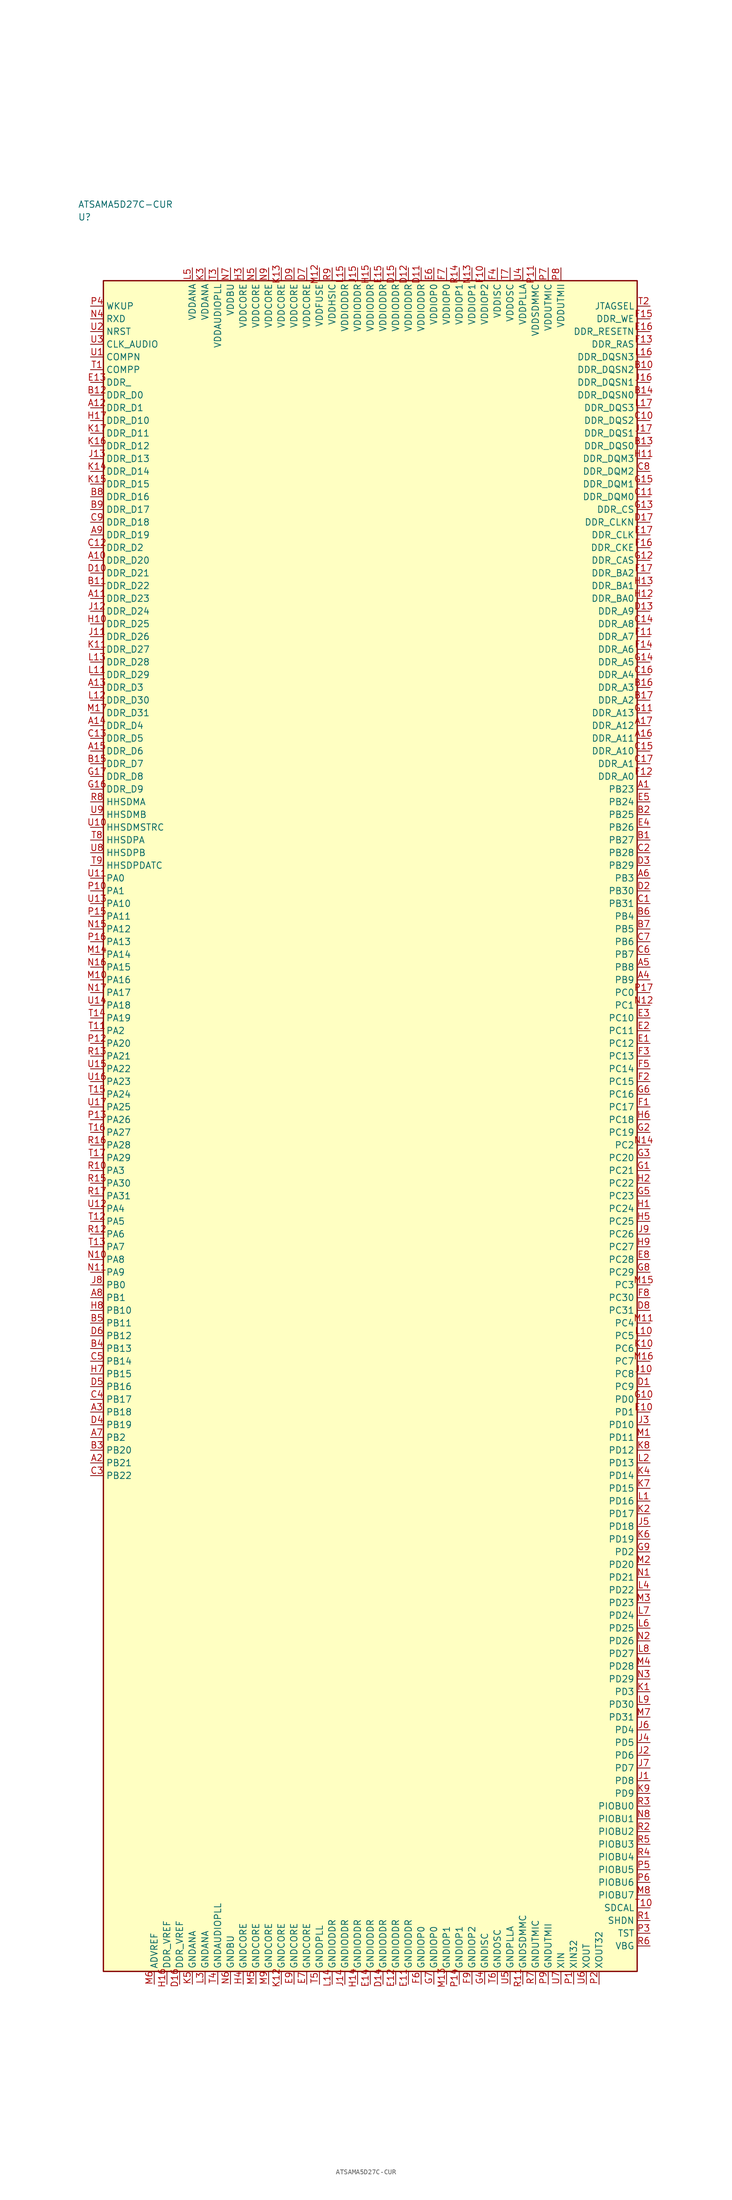
<source format=kicad_sym>
(kicad_symbol_lib
  (version 20241025)
  (generator "kicad_symbol_editor")
  (generator_version "8.0")
  (symbol "ATSAMA5D27C-CUR"
    (property "Reference" "U"
      (at -57.5 178.75 0)
      (effects (font (size 1.27 1.27)) (justify left)))
    (property "Value" "ATSAMA5D27C-CUR"
      (at -57.5 181.25 0)
      (effects (font (size 1.27 1.27)) (justify left)))
    (symbol "ATSAMA5D27C-CUR_0_1"
      (rectangle (start -52.5 166.25) (end 52.5 -166.25) (stroke (width 0.254) (type default)) (fill (type background))))
    (symbol "ATSAMA5D27C-CUR_1_1"
      (pin bidirectional line (at -55.04 48.75 0.0) (length 2.54) (name "PA0" (effects (font (size 1.27 1.27)))) (number "U11" (effects (font (size 1.27 1.27)))))
      (pin bidirectional line (at -55.04 46.25 0.0) (length 2.54) (name "PA1" (effects (font (size 1.27 1.27)))) (number "P10" (effects (font (size 1.27 1.27)))))
      (pin bidirectional line (at -55.04 18.75 0.0) (length 2.54) (name "PA2" (effects (font (size 1.27 1.27)))) (number "T11" (effects (font (size 1.27 1.27)))))
      (pin bidirectional line (at -55.04 -8.75 0.0) (length 2.54) (name "PA3" (effects (font (size 1.27 1.27)))) (number "R10" (effects (font (size 1.27 1.27)))))
      (pin bidirectional line (at -55.04 -16.25 0.0) (length 2.54) (name "PA4" (effects (font (size 1.27 1.27)))) (number "U12" (effects (font (size 1.27 1.27)))))
      (pin bidirectional line (at -55.04 -18.75 0.0) (length 2.54) (name "PA5" (effects (font (size 1.27 1.27)))) (number "T12" (effects (font (size 1.27 1.27)))))
      (pin bidirectional line (at -55.04 -21.25 0.0) (length 2.54) (name "PA6" (effects (font (size 1.27 1.27)))) (number "R12" (effects (font (size 1.27 1.27)))))
      (pin bidirectional line (at -55.04 -23.75 0.0) (length 2.54) (name "PA7" (effects (font (size 1.27 1.27)))) (number "T13" (effects (font (size 1.27 1.27)))))
      (pin bidirectional line (at -55.04 -26.25 0.0) (length 2.54) (name "PA8" (effects (font (size 1.27 1.27)))) (number "N10" (effects (font (size 1.27 1.27)))))
      (pin bidirectional line (at -55.04 -28.75 0.0) (length 2.54) (name "PA9" (effects (font (size 1.27 1.27)))) (number "N11" (effects (font (size 1.27 1.27)))))
      (pin bidirectional line (at -55.04 43.75 0.0) (length 2.54) (name "PA10" (effects (font (size 1.27 1.27)))) (number "U13" (effects (font (size 1.27 1.27)))))
      (pin bidirectional line (at -55.04 41.25 0.0) (length 2.54) (name "PA11" (effects (font (size 1.27 1.27)))) (number "P15" (effects (font (size 1.27 1.27)))))
      (pin bidirectional line (at -55.04 38.75 0.0) (length 2.54) (name "PA12" (effects (font (size 1.27 1.27)))) (number "N15" (effects (font (size 1.27 1.27)))))
      (pin bidirectional line (at -55.04 36.25 0.0) (length 2.54) (name "PA13" (effects (font (size 1.27 1.27)))) (number "P16" (effects (font (size 1.27 1.27)))))
      (pin bidirectional line (at -55.04 33.75 0.0) (length 2.54) (name "PA14" (effects (font (size 1.27 1.27)))) (number "M14" (effects (font (size 1.27 1.27)))))
      (pin bidirectional line (at -55.04 31.25 0.0) (length 2.54) (name "PA15" (effects (font (size 1.27 1.27)))) (number "N16" (effects (font (size 1.27 1.27)))))
      (pin bidirectional line (at -55.04 28.75 0.0) (length 2.54) (name "PA16" (effects (font (size 1.27 1.27)))) (number "M10" (effects (font (size 1.27 1.27)))))
      (pin bidirectional line (at -55.04 26.25 0.0) (length 2.54) (name "PA17" (effects (font (size 1.27 1.27)))) (number "N17" (effects (font (size 1.27 1.27)))))
      (pin bidirectional line (at -55.04 23.75 0.0) (length 2.54) (name "PA18" (effects (font (size 1.27 1.27)))) (number "U14" (effects (font (size 1.27 1.27)))))
      (pin bidirectional line (at -55.04 21.25 0.0) (length 2.54) (name "PA19" (effects (font (size 1.27 1.27)))) (number "T14" (effects (font (size 1.27 1.27)))))
      (pin bidirectional line (at -55.04 16.25 0.0) (length 2.54) (name "PA20" (effects (font (size 1.27 1.27)))) (number "P12" (effects (font (size 1.27 1.27)))))
      (pin bidirectional line (at -55.04 13.75 0.0) (length 2.54) (name "PA21" (effects (font (size 1.27 1.27)))) (number "R13" (effects (font (size 1.27 1.27)))))
      (pin bidirectional line (at -55.04 11.25 0.0) (length 2.54) (name "PA22" (effects (font (size 1.27 1.27)))) (number "U15" (effects (font (size 1.27 1.27)))))
      (pin bidirectional line (at -55.04 8.75 0.0) (length 2.54) (name "PA23" (effects (font (size 1.27 1.27)))) (number "U16" (effects (font (size 1.27 1.27)))))
      (pin bidirectional line (at -55.04 6.25 0.0) (length 2.54) (name "PA24" (effects (font (size 1.27 1.27)))) (number "T15" (effects (font (size 1.27 1.27)))))
      (pin bidirectional line (at -55.04 3.75 0.0) (length 2.54) (name "PA25" (effects (font (size 1.27 1.27)))) (number "U17" (effects (font (size 1.27 1.27)))))
      (pin bidirectional line (at -55.04 1.25 0.0) (length 2.54) (name "PA26" (effects (font (size 1.27 1.27)))) (number "P13" (effects (font (size 1.27 1.27)))))
      (pin bidirectional line (at -55.04 -1.25 0.0) (length 2.54) (name "PA27" (effects (font (size 1.27 1.27)))) (number "T16" (effects (font (size 1.27 1.27)))))
      (pin bidirectional line (at -55.04 -3.75 0.0) (length 2.54) (name "PA28" (effects (font (size 1.27 1.27)))) (number "R16" (effects (font (size 1.27 1.27)))))
      (pin bidirectional line (at -55.04 -6.25 0.0) (length 2.54) (name "PA29" (effects (font (size 1.27 1.27)))) (number "T17" (effects (font (size 1.27 1.27)))))
      (pin bidirectional line (at -55.04 -11.25 0.0) (length 2.54) (name "PA30" (effects (font (size 1.27 1.27)))) (number "R15" (effects (font (size 1.27 1.27)))))
      (pin bidirectional line (at -55.04 -13.75 0.0) (length 2.54) (name "PA31" (effects (font (size 1.27 1.27)))) (number "R17" (effects (font (size 1.27 1.27)))))
      (pin bidirectional line (at -55.04 -31.25 0.0) (length 2.54) (name "PB0" (effects (font (size 1.27 1.27)))) (number "J8" (effects (font (size 1.27 1.27)))))
      (pin bidirectional line (at -55.04 -33.75 0.0) (length 2.54) (name "PB1" (effects (font (size 1.27 1.27)))) (number "A8" (effects (font (size 1.27 1.27)))))
      (pin bidirectional line (at -55.04 -61.25 0.0) (length 2.54) (name "PB2" (effects (font (size 1.27 1.27)))) (number "A7" (effects (font (size 1.27 1.27)))))
      (pin bidirectional line (at 55.04 48.75 180.0) (length 2.54) (name "PB3" (effects (font (size 1.27 1.27)))) (number "A6" (effects (font (size 1.27 1.27)))))
      (pin bidirectional line (at 55.04 41.25 180.0) (length 2.54) (name "PB4" (effects (font (size 1.27 1.27)))) (number "B6" (effects (font (size 1.27 1.27)))))
      (pin bidirectional line (at 55.04 38.75 180.0) (length 2.54) (name "PB5" (effects (font (size 1.27 1.27)))) (number "B7" (effects (font (size 1.27 1.27)))))
      (pin bidirectional line (at 55.04 36.25 180.0) (length 2.54) (name "PB6" (effects (font (size 1.27 1.27)))) (number "C7" (effects (font (size 1.27 1.27)))))
      (pin bidirectional line (at 55.04 33.75 180.0) (length 2.54) (name "PB7" (effects (font (size 1.27 1.27)))) (number "C6" (effects (font (size 1.27 1.27)))))
      (pin bidirectional line (at 55.04 31.25 180.0) (length 2.54) (name "PB8" (effects (font (size 1.27 1.27)))) (number "A5" (effects (font (size 1.27 1.27)))))
      (pin bidirectional line (at 55.04 28.75 180.0) (length 2.54) (name "PB9" (effects (font (size 1.27 1.27)))) (number "A4" (effects (font (size 1.27 1.27)))))
      (pin bidirectional line (at -55.04 -36.25 0.0) (length 2.54) (name "PB10" (effects (font (size 1.27 1.27)))) (number "H8" (effects (font (size 1.27 1.27)))))
      (pin bidirectional line (at -55.04 -38.75 0.0) (length 2.54) (name "PB11" (effects (font (size 1.27 1.27)))) (number "B5" (effects (font (size 1.27 1.27)))))
      (pin bidirectional line (at -55.04 -41.25 0.0) (length 2.54) (name "PB12" (effects (font (size 1.27 1.27)))) (number "D6" (effects (font (size 1.27 1.27)))))
      (pin bidirectional line (at -55.04 -43.75 0.0) (length 2.54) (name "PB13" (effects (font (size 1.27 1.27)))) (number "B4" (effects (font (size 1.27 1.27)))))
      (pin bidirectional line (at -55.04 -46.25 0.0) (length 2.54) (name "PB14" (effects (font (size 1.27 1.27)))) (number "C5" (effects (font (size 1.27 1.27)))))
      (pin bidirectional line (at -55.04 -48.75 0.0) (length 2.54) (name "PB15" (effects (font (size 1.27 1.27)))) (number "H7" (effects (font (size 1.27 1.27)))))
      (pin bidirectional line (at -55.04 -51.25 0.0) (length 2.54) (name "PB16" (effects (font (size 1.27 1.27)))) (number "D5" (effects (font (size 1.27 1.27)))))
      (pin bidirectional line (at -55.04 -53.75 0.0) (length 2.54) (name "PB17" (effects (font (size 1.27 1.27)))) (number "C4" (effects (font (size 1.27 1.27)))))
      (pin bidirectional line (at -55.04 -56.25 0.0) (length 2.54) (name "PB18" (effects (font (size 1.27 1.27)))) (number "A3" (effects (font (size 1.27 1.27)))))
      (pin bidirectional line (at -55.04 -58.75 0.0) (length 2.54) (name "PB19" (effects (font (size 1.27 1.27)))) (number "D4" (effects (font (size 1.27 1.27)))))
      (pin bidirectional line (at -55.04 -63.75 0.0) (length 2.54) (name "PB20" (effects (font (size 1.27 1.27)))) (number "B3" (effects (font (size 1.27 1.27)))))
      (pin bidirectional line (at -55.04 -66.25 0.0) (length 2.54) (name "PB21" (effects (font (size 1.27 1.27)))) (number "A2" (effects (font (size 1.27 1.27)))))
      (pin bidirectional line (at -55.04 -68.75 0.0) (length 2.54) (name "PB22" (effects (font (size 1.27 1.27)))) (number "C3" (effects (font (size 1.27 1.27)))))
      (pin bidirectional line (at 55.04 66.25 180.0) (length 2.54) (name "PB23" (effects (font (size 1.27 1.27)))) (number "A1" (effects (font (size 1.27 1.27)))))
      (pin bidirectional line (at 55.04 63.75 180.0) (length 2.54) (name "PB24" (effects (font (size 1.27 1.27)))) (number "E5" (effects (font (size 1.27 1.27)))))
      (pin bidirectional line (at 55.04 61.25 180.0) (length 2.54) (name "PB25" (effects (font (size 1.27 1.27)))) (number "B2" (effects (font (size 1.27 1.27)))))
      (pin bidirectional line (at 55.04 58.75 180.0) (length 2.54) (name "PB26" (effects (font (size 1.27 1.27)))) (number "E4" (effects (font (size 1.27 1.27)))))
      (pin bidirectional line (at 55.04 56.25 180.0) (length 2.54) (name "PB27" (effects (font (size 1.27 1.27)))) (number "B1" (effects (font (size 1.27 1.27)))))
      (pin bidirectional line (at 55.04 53.75 180.0) (length 2.54) (name "PB28" (effects (font (size 1.27 1.27)))) (number "C2" (effects (font (size 1.27 1.27)))))
      (pin bidirectional line (at 55.04 51.25 180.0) (length 2.54) (name "PB29" (effects (font (size 1.27 1.27)))) (number "D3" (effects (font (size 1.27 1.27)))))
      (pin bidirectional line (at 55.04 46.25 180.0) (length 2.54) (name "PB30" (effects (font (size 1.27 1.27)))) (number "D2" (effects (font (size 1.27 1.27)))))
      (pin bidirectional line (at 55.04 43.75 180.0) (length 2.54) (name "PB31" (effects (font (size 1.27 1.27)))) (number "C1" (effects (font (size 1.27 1.27)))))
      (pin bidirectional line (at 55.04 26.25 180.0) (length 2.54) (name "PC0" (effects (font (size 1.27 1.27)))) (number "P17" (effects (font (size 1.27 1.27)))))
      (pin bidirectional line (at 55.04 23.75 180.0) (length 2.54) (name "PC1" (effects (font (size 1.27 1.27)))) (number "N12" (effects (font (size 1.27 1.27)))))
      (pin bidirectional line (at 55.04 -3.75 180.0) (length 2.54) (name "PC2" (effects (font (size 1.27 1.27)))) (number "N14" (effects (font (size 1.27 1.27)))))
      (pin bidirectional line (at 55.04 -31.25 180.0) (length 2.54) (name "PC3" (effects (font (size 1.27 1.27)))) (number "M15" (effects (font (size 1.27 1.27)))))
      (pin bidirectional line (at 55.04 -38.75 180.0) (length 2.54) (name "PC4" (effects (font (size 1.27 1.27)))) (number "M11" (effects (font (size 1.27 1.27)))))
      (pin bidirectional line (at 55.04 -41.25 180.0) (length 2.54) (name "PC5" (effects (font (size 1.27 1.27)))) (number "L10" (effects (font (size 1.27 1.27)))))
      (pin bidirectional line (at 55.04 -43.75 180.0) (length 2.54) (name "PC6" (effects (font (size 1.27 1.27)))) (number "K10" (effects (font (size 1.27 1.27)))))
      (pin bidirectional line (at 55.04 -46.25 180.0) (length 2.54) (name "PC7" (effects (font (size 1.27 1.27)))) (number "M16" (effects (font (size 1.27 1.27)))))
      (pin bidirectional line (at 55.04 -48.75 180.0) (length 2.54) (name "PC8" (effects (font (size 1.27 1.27)))) (number "J10" (effects (font (size 1.27 1.27)))))
      (pin bidirectional line (at 55.04 -51.25 180.0) (length 2.54) (name "PC9" (effects (font (size 1.27 1.27)))) (number "D1" (effects (font (size 1.27 1.27)))))
      (pin bidirectional line (at 55.04 21.25 180.0) (length 2.54) (name "PC10" (effects (font (size 1.27 1.27)))) (number "E3" (effects (font (size 1.27 1.27)))))
      (pin bidirectional line (at 55.04 18.75 180.0) (length 2.54) (name "PC11" (effects (font (size 1.27 1.27)))) (number "E2" (effects (font (size 1.27 1.27)))))
      (pin bidirectional line (at 55.04 16.25 180.0) (length 2.54) (name "PC12" (effects (font (size 1.27 1.27)))) (number "E1" (effects (font (size 1.27 1.27)))))
      (pin bidirectional line (at 55.04 13.75 180.0) (length 2.54) (name "PC13" (effects (font (size 1.27 1.27)))) (number "F3" (effects (font (size 1.27 1.27)))))
      (pin bidirectional line (at 55.04 11.25 180.0) (length 2.54) (name "PC14" (effects (font (size 1.27 1.27)))) (number "F5" (effects (font (size 1.27 1.27)))))
      (pin bidirectional line (at 55.04 8.75 180.0) (length 2.54) (name "PC15" (effects (font (size 1.27 1.27)))) (number "F2" (effects (font (size 1.27 1.27)))))
      (pin bidirectional line (at 55.04 6.25 180.0) (length 2.54) (name "PC16" (effects (font (size 1.27 1.27)))) (number "G6" (effects (font (size 1.27 1.27)))))
      (pin bidirectional line (at 55.04 3.75 180.0) (length 2.54) (name "PC17" (effects (font (size 1.27 1.27)))) (number "F1" (effects (font (size 1.27 1.27)))))
      (pin bidirectional line (at 55.04 1.25 180.0) (length 2.54) (name "PC18" (effects (font (size 1.27 1.27)))) (number "H6" (effects (font (size 1.27 1.27)))))
      (pin bidirectional line (at 55.04 -1.25 180.0) (length 2.54) (name "PC19" (effects (font (size 1.27 1.27)))) (number "G2" (effects (font (size 1.27 1.27)))))
      (pin bidirectional line (at 55.04 -6.25 180.0) (length 2.54) (name "PC20" (effects (font (size 1.27 1.27)))) (number "G3" (effects (font (size 1.27 1.27)))))
      (pin bidirectional line (at 55.04 -8.75 180.0) (length 2.54) (name "PC21" (effects (font (size 1.27 1.27)))) (number "G1" (effects (font (size 1.27 1.27)))))
      (pin bidirectional line (at 55.04 -11.25 180.0) (length 2.54) (name "PC22" (effects (font (size 1.27 1.27)))) (number "H2" (effects (font (size 1.27 1.27)))))
      (pin bidirectional line (at 55.04 -13.75 180.0) (length 2.54) (name "PC23" (effects (font (size 1.27 1.27)))) (number "G5" (effects (font (size 1.27 1.27)))))
      (pin bidirectional line (at 55.04 -16.25 180.0) (length 2.54) (name "PC24" (effects (font (size 1.27 1.27)))) (number "H1" (effects (font (size 1.27 1.27)))))
      (pin bidirectional line (at 55.04 -18.75 180.0) (length 2.54) (name "PC25" (effects (font (size 1.27 1.27)))) (number "H5" (effects (font (size 1.27 1.27)))))
      (pin bidirectional line (at 55.04 -21.25 180.0) (length 2.54) (name "PC26" (effects (font (size 1.27 1.27)))) (number "J9" (effects (font (size 1.27 1.27)))))
      (pin bidirectional line (at 55.04 -23.75 180.0) (length 2.54) (name "PC27" (effects (font (size 1.27 1.27)))) (number "H9" (effects (font (size 1.27 1.27)))))
      (pin bidirectional line (at 55.04 -26.25 180.0) (length 2.54) (name "PC28" (effects (font (size 1.27 1.27)))) (number "E8" (effects (font (size 1.27 1.27)))))
      (pin bidirectional line (at 55.04 -28.75 180.0) (length 2.54) (name "PC29" (effects (font (size 1.27 1.27)))) (number "G8" (effects (font (size 1.27 1.27)))))
      (pin bidirectional line (at 55.04 -33.75 180.0) (length 2.54) (name "PC30" (effects (font (size 1.27 1.27)))) (number "F8" (effects (font (size 1.27 1.27)))))
      (pin bidirectional line (at 55.04 -36.25 180.0) (length 2.54) (name "PC31" (effects (font (size 1.27 1.27)))) (number "D8" (effects (font (size 1.27 1.27)))))
      (pin bidirectional line (at 55.04 -53.75 180.0) (length 2.54) (name "PD0" (effects (font (size 1.27 1.27)))) (number "G10" (effects (font (size 1.27 1.27)))))
      (pin bidirectional line (at 55.04 -56.25 180.0) (length 2.54) (name "PD1" (effects (font (size 1.27 1.27)))) (number "E10" (effects (font (size 1.27 1.27)))))
      (pin bidirectional line (at 55.04 -83.75 180.0) (length 2.54) (name "PD2" (effects (font (size 1.27 1.27)))) (number "G9" (effects (font (size 1.27 1.27)))))
      (pin bidirectional line (at 55.04 -111.25 180.0) (length 2.54) (name "PD3" (effects (font (size 1.27 1.27)))) (number "K1" (effects (font (size 1.27 1.27)))))
      (pin bidirectional line (at 55.04 -118.75 180.0) (length 2.54) (name "PD4" (effects (font (size 1.27 1.27)))) (number "J6" (effects (font (size 1.27 1.27)))))
      (pin bidirectional line (at 55.04 -121.25 180.0) (length 2.54) (name "PD5" (effects (font (size 1.27 1.27)))) (number "J4" (effects (font (size 1.27 1.27)))))
      (pin bidirectional line (at 55.04 -123.75 180.0) (length 2.54) (name "PD6" (effects (font (size 1.27 1.27)))) (number "J2" (effects (font (size 1.27 1.27)))))
      (pin bidirectional line (at 55.04 -126.25 180.0) (length 2.54) (name "PD7" (effects (font (size 1.27 1.27)))) (number "J7" (effects (font (size 1.27 1.27)))))
      (pin bidirectional line (at 55.04 -128.75 180.0) (length 2.54) (name "PD8" (effects (font (size 1.27 1.27)))) (number "J1" (effects (font (size 1.27 1.27)))))
      (pin bidirectional line (at 55.04 -131.25 180.0) (length 2.54) (name "PD9" (effects (font (size 1.27 1.27)))) (number "K9" (effects (font (size 1.27 1.27)))))
      (pin bidirectional line (at 55.04 -58.75 180.0) (length 2.54) (name "PD10" (effects (font (size 1.27 1.27)))) (number "J3" (effects (font (size 1.27 1.27)))))
      (pin bidirectional line (at 55.04 -61.25 180.0) (length 2.54) (name "PD11" (effects (font (size 1.27 1.27)))) (number "M1" (effects (font (size 1.27 1.27)))))
      (pin bidirectional line (at 55.04 -63.75 180.0) (length 2.54) (name "PD12" (effects (font (size 1.27 1.27)))) (number "K8" (effects (font (size 1.27 1.27)))))
      (pin bidirectional line (at 55.04 -66.25 180.0) (length 2.54) (name "PD13" (effects (font (size 1.27 1.27)))) (number "L2" (effects (font (size 1.27 1.27)))))
      (pin bidirectional line (at 55.04 -68.75 180.0) (length 2.54) (name "PD14" (effects (font (size 1.27 1.27)))) (number "K4" (effects (font (size 1.27 1.27)))))
      (pin bidirectional line (at 55.04 -71.25 180.0) (length 2.54) (name "PD15" (effects (font (size 1.27 1.27)))) (number "K7" (effects (font (size 1.27 1.27)))))
      (pin bidirectional line (at 55.04 -73.75 180.0) (length 2.54) (name "PD16" (effects (font (size 1.27 1.27)))) (number "L1" (effects (font (size 1.27 1.27)))))
      (pin bidirectional line (at 55.04 -76.25 180.0) (length 2.54) (name "PD17" (effects (font (size 1.27 1.27)))) (number "K2" (effects (font (size 1.27 1.27)))))
      (pin bidirectional line (at 55.04 -78.75 180.0) (length 2.54) (name "PD18" (effects (font (size 1.27 1.27)))) (number "J5" (effects (font (size 1.27 1.27)))))
      (pin bidirectional line (at 55.04 -81.25 180.0) (length 2.54) (name "PD19" (effects (font (size 1.27 1.27)))) (number "K6" (effects (font (size 1.27 1.27)))))
      (pin bidirectional line (at 55.04 -86.25 180.0) (length 2.54) (name "PD20" (effects (font (size 1.27 1.27)))) (number "M2" (effects (font (size 1.27 1.27)))))
      (pin bidirectional line (at 55.04 -88.75 180.0) (length 2.54) (name "PD21" (effects (font (size 1.27 1.27)))) (number "N1" (effects (font (size 1.27 1.27)))))
      (pin bidirectional line (at 55.04 -91.25 180.0) (length 2.54) (name "PD22" (effects (font (size 1.27 1.27)))) (number "L4" (effects (font (size 1.27 1.27)))))
      (pin bidirectional line (at 55.04 -93.75 180.0) (length 2.54) (name "PD23" (effects (font (size 1.27 1.27)))) (number "M3" (effects (font (size 1.27 1.27)))))
      (pin bidirectional line (at 55.04 -96.25 180.0) (length 2.54) (name "PD24" (effects (font (size 1.27 1.27)))) (number "L7" (effects (font (size 1.27 1.27)))))
      (pin bidirectional line (at 55.04 -98.75 180.0) (length 2.54) (name "PD25" (effects (font (size 1.27 1.27)))) (number "L6" (effects (font (size 1.27 1.27)))))
      (pin bidirectional line (at 55.04 -101.25 180.0) (length 2.54) (name "PD26" (effects (font (size 1.27 1.27)))) (number "N2" (effects (font (size 1.27 1.27)))))
      (pin bidirectional line (at 55.04 -103.75 180.0) (length 2.54) (name "PD27" (effects (font (size 1.27 1.27)))) (number "L8" (effects (font (size 1.27 1.27)))))
      (pin bidirectional line (at 55.04 -106.25 180.0) (length 2.54) (name "PD28" (effects (font (size 1.27 1.27)))) (number "M4" (effects (font (size 1.27 1.27)))))
      (pin bidirectional line (at 55.04 -108.75 180.0) (length 2.54) (name "PD29" (effects (font (size 1.27 1.27)))) (number "N3" (effects (font (size 1.27 1.27)))))
      (pin bidirectional line (at 55.04 -113.75 180.0) (length 2.54) (name "PD30" (effects (font (size 1.27 1.27)))) (number "L9" (effects (font (size 1.27 1.27)))))
      (pin bidirectional line (at 55.04 -116.25 180.0) (length 2.54) (name "PD31" (effects (font (size 1.27 1.27)))) (number "M7" (effects (font (size 1.27 1.27)))))
      (pin power_in line (at -35.0 168.79 270.0) (length 2.54) (name "VDDANA" (effects (font (size 1.27 1.27)))) (number "L5" (effects (font (size 1.27 1.27)))))
      (pin passive line (at -35.0 -168.79 90.0) (length 2.54) (name "GNDANA" (effects (font (size 1.27 1.27)))) (number "K5" (effects (font (size 1.27 1.27)))))
      (pin passive line (at -42.5 -168.79 90.0) (length 2.54) (name "ADVREF" (effects (font (size 1.27 1.27)))) (number "M6" (effects (font (size 1.27 1.27)))))
      (pin power_in line (at -32.5 168.79 270.0) (length 2.54) (name "VDDANA" (effects (font (size 1.27 1.27)))) (number "K3" (effects (font (size 1.27 1.27)))))
      (pin passive line (at -32.5 -168.79 90.0) (length 2.54) (name "GNDANA" (effects (font (size 1.27 1.27)))) (number "L3" (effects (font (size 1.27 1.27)))))
      (pin passive line (at -40.0 -168.79 90.0) (length 2.54) (name "DDR_VREF" (effects (font (size 1.27 1.27)))) (number "H16" (effects (font (size 1.27 1.27)))))
      (pin passive line (at -37.5 -168.79 90.0) (length 2.54) (name "DDR_VREF" (effects (font (size 1.27 1.27)))) (number "D16" (effects (font (size 1.27 1.27)))))
      (pin bidirectional line (at -55.04 143.75 0.0) (length 2.54) (name "DDR_D0" (effects (font (size 1.27 1.27)))) (number "B12" (effects (font (size 1.27 1.27)))))
      (pin bidirectional line (at -55.04 141.25 0.0) (length 2.54) (name "DDR_D1" (effects (font (size 1.27 1.27)))) (number "A12" (effects (font (size 1.27 1.27)))))
      (pin bidirectional line (at -55.04 113.75 0.0) (length 2.54) (name "DDR_D2" (effects (font (size 1.27 1.27)))) (number "C12" (effects (font (size 1.27 1.27)))))
      (pin bidirectional line (at -55.04 86.25 0.0) (length 2.54) (name "DDR_D3" (effects (font (size 1.27 1.27)))) (number "A13" (effects (font (size 1.27 1.27)))))
      (pin bidirectional line (at -55.04 78.75 0.0) (length 2.54) (name "DDR_D4" (effects (font (size 1.27 1.27)))) (number "A14" (effects (font (size 1.27 1.27)))))
      (pin bidirectional line (at -55.04 76.25 0.0) (length 2.54) (name "DDR_D5" (effects (font (size 1.27 1.27)))) (number "C13" (effects (font (size 1.27 1.27)))))
      (pin bidirectional line (at -55.04 73.75 0.0) (length 2.54) (name "DDR_D6" (effects (font (size 1.27 1.27)))) (number "A15" (effects (font (size 1.27 1.27)))))
      (pin bidirectional line (at -55.04 71.25 0.0) (length 2.54) (name "DDR_D7" (effects (font (size 1.27 1.27)))) (number "B15" (effects (font (size 1.27 1.27)))))
      (pin bidirectional line (at -55.04 68.75 0.0) (length 2.54) (name "DDR_D8" (effects (font (size 1.27 1.27)))) (number "G17" (effects (font (size 1.27 1.27)))))
      (pin bidirectional line (at -55.04 66.25 0.0) (length 2.54) (name "DDR_D9" (effects (font (size 1.27 1.27)))) (number "G16" (effects (font (size 1.27 1.27)))))
      (pin bidirectional line (at -55.04 138.75 0.0) (length 2.54) (name "DDR_D10" (effects (font (size 1.27 1.27)))) (number "H17" (effects (font (size 1.27 1.27)))))
      (pin bidirectional line (at -55.04 136.25 0.0) (length 2.54) (name "DDR_D11" (effects (font (size 1.27 1.27)))) (number "K17" (effects (font (size 1.27 1.27)))))
      (pin bidirectional line (at -55.04 133.75 0.0) (length 2.54) (name "DDR_D12" (effects (font (size 1.27 1.27)))) (number "K16" (effects (font (size 1.27 1.27)))))
      (pin bidirectional line (at -55.04 131.25 0.0) (length 2.54) (name "DDR_D13" (effects (font (size 1.27 1.27)))) (number "J13" (effects (font (size 1.27 1.27)))))
      (pin bidirectional line (at -55.04 128.75 0.0) (length 2.54) (name "DDR_D14" (effects (font (size 1.27 1.27)))) (number "K14" (effects (font (size 1.27 1.27)))))
      (pin bidirectional line (at -55.04 126.25 0.0) (length 2.54) (name "DDR_D15" (effects (font (size 1.27 1.27)))) (number "K15" (effects (font (size 1.27 1.27)))))
      (pin bidirectional line (at -55.04 123.75 0.0) (length 2.54) (name "DDR_D16" (effects (font (size 1.27 1.27)))) (number "B8" (effects (font (size 1.27 1.27)))))
      (pin bidirectional line (at -55.04 121.25 0.0) (length 2.54) (name "DDR_D17" (effects (font (size 1.27 1.27)))) (number "B9" (effects (font (size 1.27 1.27)))))
      (pin bidirectional line (at -55.04 118.75 0.0) (length 2.54) (name "DDR_D18" (effects (font (size 1.27 1.27)))) (number "C9" (effects (font (size 1.27 1.27)))))
      (pin bidirectional line (at -55.04 116.25 0.0) (length 2.54) (name "DDR_D19" (effects (font (size 1.27 1.27)))) (number "A9" (effects (font (size 1.27 1.27)))))
      (pin bidirectional line (at -55.04 111.25 0.0) (length 2.54) (name "DDR_D20" (effects (font (size 1.27 1.27)))) (number "A10" (effects (font (size 1.27 1.27)))))
      (pin bidirectional line (at -55.04 108.75 0.0) (length 2.54) (name "DDR_D21" (effects (font (size 1.27 1.27)))) (number "D10" (effects (font (size 1.27 1.27)))))
      (pin bidirectional line (at -55.04 106.25 0.0) (length 2.54) (name "DDR_D22" (effects (font (size 1.27 1.27)))) (number "B11" (effects (font (size 1.27 1.27)))))
      (pin bidirectional line (at -55.04 103.75 0.0) (length 2.54) (name "DDR_D23" (effects (font (size 1.27 1.27)))) (number "A11" (effects (font (size 1.27 1.27)))))
      (pin bidirectional line (at -55.04 101.25 0.0) (length 2.54) (name "DDR_D24" (effects (font (size 1.27 1.27)))) (number "J12" (effects (font (size 1.27 1.27)))))
      (pin bidirectional line (at -55.04 98.75 0.0) (length 2.54) (name "DDR_D25" (effects (font (size 1.27 1.27)))) (number "H10" (effects (font (size 1.27 1.27)))))
      (pin bidirectional line (at -55.04 96.25 0.0) (length 2.54) (name "DDR_D26" (effects (font (size 1.27 1.27)))) (number "J11" (effects (font (size 1.27 1.27)))))
      (pin bidirectional line (at -55.04 93.75 0.0) (length 2.54) (name "DDR_D27" (effects (font (size 1.27 1.27)))) (number "K11" (effects (font (size 1.27 1.27)))))
      (pin bidirectional line (at -55.04 91.25 0.0) (length 2.54) (name "DDR_D28" (effects (font (size 1.27 1.27)))) (number "L13" (effects (font (size 1.27 1.27)))))
      (pin bidirectional line (at -55.04 88.75 0.0) (length 2.54) (name "DDR_D29" (effects (font (size 1.27 1.27)))) (number "L11" (effects (font (size 1.27 1.27)))))
      (pin bidirectional line (at -55.04 83.75 0.0) (length 2.54) (name "DDR_D30" (effects (font (size 1.27 1.27)))) (number "L12" (effects (font (size 1.27 1.27)))))
      (pin bidirectional line (at -55.04 81.25 0.0) (length 2.54) (name "DDR_D31" (effects (font (size 1.27 1.27)))) (number "M17" (effects (font (size 1.27 1.27)))))
      (pin output line (at 55.04 68.75 180.0) (length 2.54) (name "DDR_A0" (effects (font (size 1.27 1.27)))) (number "F12" (effects (font (size 1.27 1.27)))))
      (pin output line (at 55.04 71.25 180.0) (length 2.54) (name "DDR_A1" (effects (font (size 1.27 1.27)))) (number "C17" (effects (font (size 1.27 1.27)))))
      (pin output line (at 55.04 83.75 180.0) (length 2.54) (name "DDR_A2" (effects (font (size 1.27 1.27)))) (number "B17" (effects (font (size 1.27 1.27)))))
      (pin output line (at 55.04 86.25 180.0) (length 2.54) (name "DDR_A3" (effects (font (size 1.27 1.27)))) (number "B16" (effects (font (size 1.27 1.27)))))
      (pin output line (at 55.04 88.75 180.0) (length 2.54) (name "DDR_A4" (effects (font (size 1.27 1.27)))) (number "C16" (effects (font (size 1.27 1.27)))))
      (pin output line (at 55.04 91.25 180.0) (length 2.54) (name "DDR_A5" (effects (font (size 1.27 1.27)))) (number "G14" (effects (font (size 1.27 1.27)))))
      (pin output line (at 55.04 93.75 180.0) (length 2.54) (name "DDR_A6" (effects (font (size 1.27 1.27)))) (number "F14" (effects (font (size 1.27 1.27)))))
      (pin output line (at 55.04 96.25 180.0) (length 2.54) (name "DDR_A7" (effects (font (size 1.27 1.27)))) (number "F11" (effects (font (size 1.27 1.27)))))
      (pin output line (at 55.04 98.75 180.0) (length 2.54) (name "DDR_A8" (effects (font (size 1.27 1.27)))) (number "C14" (effects (font (size 1.27 1.27)))))
      (pin output line (at 55.04 101.25 180.0) (length 2.54) (name "DDR_A9" (effects (font (size 1.27 1.27)))) (number "D13" (effects (font (size 1.27 1.27)))))
      (pin output line (at 55.04 73.75 180.0) (length 2.54) (name "DDR_A10" (effects (font (size 1.27 1.27)))) (number "C15" (effects (font (size 1.27 1.27)))))
      (pin output line (at 55.04 76.25 180.0) (length 2.54) (name "DDR_A11" (effects (font (size 1.27 1.27)))) (number "A16" (effects (font (size 1.27 1.27)))))
      (pin output line (at 55.04 78.75 180.0) (length 2.54) (name "DDR_A12" (effects (font (size 1.27 1.27)))) (number "A17" (effects (font (size 1.27 1.27)))))
      (pin output line (at 55.04 81.25 180.0) (length 2.54) (name "DDR_A13" (effects (font (size 1.27 1.27)))) (number "G11" (effects (font (size 1.27 1.27)))))
      (pin output line (at 55.04 116.25 180.0) (length 2.54) (name "DDR_CLK" (effects (font (size 1.27 1.27)))) (number "E17" (effects (font (size 1.27 1.27)))))
      (pin output line (at 55.04 118.75 180.0) (length 2.54) (name "DDR_CLKN" (effects (font (size 1.27 1.27)))) (number "D17" (effects (font (size 1.27 1.27)))))
      (pin output line (at 55.04 113.75 180.0) (length 2.54) (name "DDR_CKE" (effects (font (size 1.27 1.27)))) (number "F16" (effects (font (size 1.27 1.27)))))
      (pin output line (at 55.04 156.25 180.0) (length 2.54) (name "DDR_RESETN" (effects (font (size 1.27 1.27)))) (number "E16" (effects (font (size 1.27 1.27)))))
      (pin output line (at 55.04 121.25 180.0) (length 2.54) (name "DDR_CS" (effects (font (size 1.27 1.27)))) (number "G13" (effects (font (size 1.27 1.27)))))
      (pin output line (at 55.04 158.75 180.0) (length 2.54) (name "DDR_WE" (effects (font (size 1.27 1.27)))) (number "F15" (effects (font (size 1.27 1.27)))))
      (pin output line (at 55.04 153.75 180.0) (length 2.54) (name "DDR_RAS" (effects (font (size 1.27 1.27)))) (number "F13" (effects (font (size 1.27 1.27)))))
      (pin output line (at 55.04 111.25 180.0) (length 2.54) (name "DDR_CAS" (effects (font (size 1.27 1.27)))) (number "G12" (effects (font (size 1.27 1.27)))))
      (pin output line (at 55.04 123.75 180.0) (length 2.54) (name "DDR_DQM0" (effects (font (size 1.27 1.27)))) (number "C11" (effects (font (size 1.27 1.27)))))
      (pin output line (at 55.04 126.25 180.0) (length 2.54) (name "DDR_DQM1" (effects (font (size 1.27 1.27)))) (number "G15" (effects (font (size 1.27 1.27)))))
      (pin output line (at 55.04 128.75 180.0) (length 2.54) (name "DDR_DQM2" (effects (font (size 1.27 1.27)))) (number "C8" (effects (font (size 1.27 1.27)))))
      (pin output line (at 55.04 131.25 180.0) (length 2.54) (name "DDR_DQM3" (effects (font (size 1.27 1.27)))) (number "H11" (effects (font (size 1.27 1.27)))))
      (pin output line (at 55.04 133.75 180.0) (length 2.54) (name "DDR_DQS0" (effects (font (size 1.27 1.27)))) (number "B13" (effects (font (size 1.27 1.27)))))
      (pin output line (at 55.04 136.25 180.0) (length 2.54) (name "DDR_DQS1" (effects (font (size 1.27 1.27)))) (number "J17" (effects (font (size 1.27 1.27)))))
      (pin output line (at 55.04 138.75 180.0) (length 2.54) (name "DDR_DQS2" (effects (font (size 1.27 1.27)))) (number "C10" (effects (font (size 1.27 1.27)))))
      (pin output line (at 55.04 141.25 180.0) (length 2.54) (name "DDR_DQS3" (effects (font (size 1.27 1.27)))) (number "L17" (effects (font (size 1.27 1.27)))))
      (pin output line (at 55.04 143.75 180.0) (length 2.54) (name "DDR_DQSN0" (effects (font (size 1.27 1.27)))) (number "B14" (effects (font (size 1.27 1.27)))))
      (pin output line (at 55.04 146.25 180.0) (length 2.54) (name "DDR_DQSN1" (effects (font (size 1.27 1.27)))) (number "J16" (effects (font (size 1.27 1.27)))))
      (pin output line (at 55.04 148.75 180.0) (length 2.54) (name "DDR_DQSN2" (effects (font (size 1.27 1.27)))) (number "B10" (effects (font (size 1.27 1.27)))))
      (pin output line (at 55.04 151.25 180.0) (length 2.54) (name "DDR_DQSN3" (effects (font (size 1.27 1.27)))) (number "L16" (effects (font (size 1.27 1.27)))))
      (pin output line (at 55.04 103.75 180.0) (length 2.54) (name "DDR_BA0" (effects (font (size 1.27 1.27)))) (number "H12" (effects (font (size 1.27 1.27)))))
      (pin output line (at 55.04 106.25 180.0) (length 2.54) (name "DDR_BA1" (effects (font (size 1.27 1.27)))) (number "H13" (effects (font (size 1.27 1.27)))))
      (pin output line (at 55.04 108.75 180.0) (length 2.54) (name "DDR_BA2" (effects (font (size 1.27 1.27)))) (number "F17" (effects (font (size 1.27 1.27)))))
      (pin bidirectional line (at -55.04 146.25 0.0) (length 2.54) (name "DDR_" (effects (font (size 1.27 1.27)))) (number "E13" (effects (font (size 1.27 1.27)))))
      (pin power_in line (at -5.0 168.79 270.0) (length 2.54) (name "VDDIODDR" (effects (font (size 1.27 1.27)))) (number "L15" (effects (font (size 1.27 1.27)))))
      (pin power_in line (at -2.5 168.79 270.0) (length 2.54) (name "VDDIODDR" (effects (font (size 1.27 1.27)))) (number "J15" (effects (font (size 1.27 1.27)))))
      (pin power_in line (at 0.0 168.79 270.0) (length 2.54) (name "VDDIODDR" (effects (font (size 1.27 1.27)))) (number "H15" (effects (font (size 1.27 1.27)))))
      (pin power_in line (at 2.5 168.79 270.0) (length 2.54) (name "VDDIODDR" (effects (font (size 1.27 1.27)))) (number "E15" (effects (font (size 1.27 1.27)))))
      (pin power_in line (at 5.0 168.79 270.0) (length 2.54) (name "VDDIODDR" (effects (font (size 1.27 1.27)))) (number "D15" (effects (font (size 1.27 1.27)))))
      (pin power_in line (at 7.5 168.79 270.0) (length 2.54) (name "VDDIODDR" (effects (font (size 1.27 1.27)))) (number "D12" (effects (font (size 1.27 1.27)))))
      (pin power_in line (at 10.0 168.79 270.0) (length 2.54) (name "VDDIODDR" (effects (font (size 1.27 1.27)))) (number "D11" (effects (font (size 1.27 1.27)))))
      (pin passive line (at -7.5 -168.79 90.0) (length 2.54) (name "GNDIODDR" (effects (font (size 1.27 1.27)))) (number "L14" (effects (font (size 1.27 1.27)))))
      (pin passive line (at -5.0 -168.79 90.0) (length 2.54) (name "GNDIODDR" (effects (font (size 1.27 1.27)))) (number "J14" (effects (font (size 1.27 1.27)))))
      (pin passive line (at -2.5 -168.79 90.0) (length 2.54) (name "GNDIODDR" (effects (font (size 1.27 1.27)))) (number "H14" (effects (font (size 1.27 1.27)))))
      (pin passive line (at 0.0 -168.79 90.0) (length 2.54) (name "GNDIODDR" (effects (font (size 1.27 1.27)))) (number "E14" (effects (font (size 1.27 1.27)))))
      (pin passive line (at 2.5 -168.79 90.0) (length 2.54) (name "GNDIODDR" (effects (font (size 1.27 1.27)))) (number "D14" (effects (font (size 1.27 1.27)))))
      (pin passive line (at 5.0 -168.79 90.0) (length 2.54) (name "GNDIODDR" (effects (font (size 1.27 1.27)))) (number "E12" (effects (font (size 1.27 1.27)))))
      (pin passive line (at 7.5 -168.79 90.0) (length 2.54) (name "GNDIODDR" (effects (font (size 1.27 1.27)))) (number "E11" (effects (font (size 1.27 1.27)))))
      (pin power_in line (at -25.0 168.79 270.0) (length 2.54) (name "VDDCORE" (effects (font (size 1.27 1.27)))) (number "H3" (effects (font (size 1.27 1.27)))))
      (pin power_in line (at -22.5 168.79 270.0) (length 2.54) (name "VDDCORE" (effects (font (size 1.27 1.27)))) (number "N5" (effects (font (size 1.27 1.27)))))
      (pin power_in line (at -20.0 168.79 270.0) (length 2.54) (name "VDDCORE" (effects (font (size 1.27 1.27)))) (number "N9" (effects (font (size 1.27 1.27)))))
      (pin power_in line (at -17.5 168.79 270.0) (length 2.54) (name "VDDCORE" (effects (font (size 1.27 1.27)))) (number "K13" (effects (font (size 1.27 1.27)))))
      (pin power_in line (at -15.0 168.79 270.0) (length 2.54) (name "VDDCORE" (effects (font (size 1.27 1.27)))) (number "D9" (effects (font (size 1.27 1.27)))))
      (pin power_in line (at -12.5 168.79 270.0) (length 2.54) (name "VDDCORE" (effects (font (size 1.27 1.27)))) (number "D7" (effects (font (size 1.27 1.27)))))
      (pin passive line (at -25.0 -168.79 90.0) (length 2.54) (name "GNDCORE" (effects (font (size 1.27 1.27)))) (number "H4" (effects (font (size 1.27 1.27)))))
      (pin passive line (at -22.5 -168.79 90.0) (length 2.54) (name "GNDCORE" (effects (font (size 1.27 1.27)))) (number "M5" (effects (font (size 1.27 1.27)))))
      (pin passive line (at -20.0 -168.79 90.0) (length 2.54) (name "GNDCORE" (effects (font (size 1.27 1.27)))) (number "M9" (effects (font (size 1.27 1.27)))))
      (pin passive line (at -17.5 -168.79 90.0) (length 2.54) (name "GNDCORE" (effects (font (size 1.27 1.27)))) (number "K12" (effects (font (size 1.27 1.27)))))
      (pin passive line (at -15.0 -168.79 90.0) (length 2.54) (name "GNDCORE" (effects (font (size 1.27 1.27)))) (number "E9" (effects (font (size 1.27 1.27)))))
      (pin passive line (at -12.5 -168.79 90.0) (length 2.54) (name "GNDCORE" (effects (font (size 1.27 1.27)))) (number "E7" (effects (font (size 1.27 1.27)))))
      (pin power_in line (at 12.5 168.79 270.0) (length 2.54) (name "VDDIOP0" (effects (font (size 1.27 1.27)))) (number "E6" (effects (font (size 1.27 1.27)))))
      (pin power_in line (at 15.0 168.79 270.0) (length 2.54) (name "VDDIOP0" (effects (font (size 1.27 1.27)))) (number "F7" (effects (font (size 1.27 1.27)))))
      (pin passive line (at 10.0 -168.79 90.0) (length 2.54) (name "GNDIOP0" (effects (font (size 1.27 1.27)))) (number "F6" (effects (font (size 1.27 1.27)))))
      (pin passive line (at 12.5 -168.79 90.0) (length 2.54) (name "GNDIOP0" (effects (font (size 1.27 1.27)))) (number "G7" (effects (font (size 1.27 1.27)))))
      (pin power_in line (at 17.5 168.79 270.0) (length 2.54) (name "VDDIOP1" (effects (font (size 1.27 1.27)))) (number "R14" (effects (font (size 1.27 1.27)))))
      (pin power_in line (at 20.0 168.79 270.0) (length 2.54) (name "VDDIOP1" (effects (font (size 1.27 1.27)))) (number "N13" (effects (font (size 1.27 1.27)))))
      (pin passive line (at 15.0 -168.79 90.0) (length 2.54) (name "GNDIOP1" (effects (font (size 1.27 1.27)))) (number "M13" (effects (font (size 1.27 1.27)))))
      (pin passive line (at 17.5 -168.79 90.0) (length 2.54) (name "GNDIOP1" (effects (font (size 1.27 1.27)))) (number "P14" (effects (font (size 1.27 1.27)))))
      (pin power_in line (at 22.5 168.79 270.0) (length 2.54) (name "VDDIOP2" (effects (font (size 1.27 1.27)))) (number "F10" (effects (font (size 1.27 1.27)))))
      (pin passive line (at 20.0 -168.79 90.0) (length 2.54) (name "GNDIOP2" (effects (font (size 1.27 1.27)))) (number "F9" (effects (font (size 1.27 1.27)))))
      (pin power_in line (at 32.5 168.79 270.0) (length 2.54) (name "VDDSDMMC" (effects (font (size 1.27 1.27)))) (number "P11" (effects (font (size 1.27 1.27)))))
      (pin passive line (at 30.0 -168.79 90.0) (length 2.54) (name "GNDSDMMC" (effects (font (size 1.27 1.27)))) (number "R11" (effects (font (size 1.27 1.27)))))
      (pin power_in line (at 25.0 168.79 270.0) (length 2.54) (name "VDDISC" (effects (font (size 1.27 1.27)))) (number "F4" (effects (font (size 1.27 1.27)))))
      (pin passive line (at 22.5 -168.79 90.0) (length 2.54) (name "GNDISC" (effects (font (size 1.27 1.27)))) (number "G4" (effects (font (size 1.27 1.27)))))
      (pin power_in line (at -10.0 168.79 270.0) (length 2.54) (name "VDDFUSE" (effects (font (size 1.27 1.27)))) (number "M12" (effects (font (size 1.27 1.27)))))
      (pin power_in line (at 30.0 168.79 270.0) (length 2.54) (name "VDDPLLA" (effects (font (size 1.27 1.27)))) (number "U4" (effects (font (size 1.27 1.27)))))
      (pin passive line (at 27.5 -168.79 90.0) (length 2.54) (name "GNDPLLA" (effects (font (size 1.27 1.27)))) (number "U5" (effects (font (size 1.27 1.27)))))
      (pin power_in line (at -30.0 168.79 270.0) (length 2.54) (name "VDDAUDIOPLL" (effects (font (size 1.27 1.27)))) (number "T3" (effects (font (size 1.27 1.27)))))
      (pin passive line (at -10.0 -168.79 90.0) (length 2.54) (name "GNDDPLL" (effects (font (size 1.27 1.27)))) (number "T5" (effects (font (size 1.27 1.27)))))
      (pin passive line (at -30.0 -168.79 90.0) (length 2.54) (name "GNDAUDIOPLL" (effects (font (size 1.27 1.27)))) (number "T4" (effects (font (size 1.27 1.27)))))
      (pin bidirectional line (at -55.04 153.75 0.0) (length 2.54) (name "CLK_AUDIO" (effects (font (size 1.27 1.27)))) (number "U3" (effects (font (size 1.27 1.27)))))
      (pin passive line (at 37.5 -168.79 90.0) (length 2.54) (name "XIN" (effects (font (size 1.27 1.27)))) (number "U7" (effects (font (size 1.27 1.27)))))
      (pin passive line (at 42.5 -168.79 90.0) (length 2.54) (name "XOUT" (effects (font (size 1.27 1.27)))) (number "U6" (effects (font (size 1.27 1.27)))))
      (pin power_in line (at 27.5 168.79 270.0) (length 2.54) (name "VDDOSC" (effects (font (size 1.27 1.27)))) (number "T7" (effects (font (size 1.27 1.27)))))
      (pin passive line (at 25.0 -168.79 90.0) (length 2.54) (name "GNDOSC" (effects (font (size 1.27 1.27)))) (number "T6" (effects (font (size 1.27 1.27)))))
      (pin power_in line (at 37.5 168.79 270.0) (length 2.54) (name "VDDUTMII" (effects (font (size 1.27 1.27)))) (number "P8" (effects (font (size 1.27 1.27)))))
      (pin power_in line (at -7.5 168.79 270.0) (length 2.54) (name "VDDHSIC" (effects (font (size 1.27 1.27)))) (number "R9" (effects (font (size 1.27 1.27)))))
      (pin passive line (at 35.0 -168.79 90.0) (length 2.54) (name "GNDUTMII" (effects (font (size 1.27 1.27)))) (number "P9" (effects (font (size 1.27 1.27)))))
      (pin bidirectional line (at -55.04 56.25 0.0) (length 2.54) (name "HHSDPA" (effects (font (size 1.27 1.27)))) (number "T8" (effects (font (size 1.27 1.27)))))
      (pin bidirectional line (at -55.04 63.75 0.0) (length 2.54) (name "HHSDMA" (effects (font (size 1.27 1.27)))) (number "R8" (effects (font (size 1.27 1.27)))))
      (pin bidirectional line (at -55.04 53.75 0.0) (length 2.54) (name "HHSDPB" (effects (font (size 1.27 1.27)))) (number "U8" (effects (font (size 1.27 1.27)))))
      (pin bidirectional line (at -55.04 61.25 0.0) (length 2.54) (name "HHSDMB" (effects (font (size 1.27 1.27)))) (number "U9" (effects (font (size 1.27 1.27)))))
      (pin bidirectional line (at -55.04 51.25 0.0) (length 2.54) (name "HHSDPDATC" (effects (font (size 1.27 1.27)))) (number "T9" (effects (font (size 1.27 1.27)))))
      (pin bidirectional line (at -55.04 58.75 0.0) (length 2.54) (name "HHSDMSTRC" (effects (font (size 1.27 1.27)))) (number "U10" (effects (font (size 1.27 1.27)))))
      (pin power_in line (at 35.0 168.79 270.0) (length 2.54) (name "VDDUTMIC" (effects (font (size 1.27 1.27)))) (number "P7" (effects (font (size 1.27 1.27)))))
      (pin passive line (at 32.5 -168.79 90.0) (length 2.54) (name "GNDUTMIC" (effects (font (size 1.27 1.27)))) (number "R7" (effects (font (size 1.27 1.27)))))
      (pin bidirectional line (at 55.04 -153.75 180.0) (length 2.54) (name "SDCAL" (effects (font (size 1.27 1.27)))) (number "T10" (effects (font (size 1.27 1.27)))))
      (pin bidirectional line (at 55.04 -161.25 180.0) (length 2.54) (name "VBG" (effects (font (size 1.27 1.27)))) (number "R6" (effects (font (size 1.27 1.27)))))
      (pin bidirectional line (at 55.04 -158.75 180.0) (length 2.54) (name "TST" (effects (font (size 1.27 1.27)))) (number "P3" (effects (font (size 1.27 1.27)))))
      (pin input line (at -55.04 156.25 0.0) (length 2.54) (name "NRST" (effects (font (size 1.27 1.27)))) (number "U2" (effects (font (size 1.27 1.27)))))
      (pin output line (at 55.04 161.25 180.0) (length 2.54) (name "JTAGSEL" (effects (font (size 1.27 1.27)))) (number "T2" (effects (font (size 1.27 1.27)))))
      (pin input line (at -55.04 161.25 0.0) (length 2.54) (name "WKUP" (effects (font (size 1.27 1.27)))) (number "P4" (effects (font (size 1.27 1.27)))))
      (pin input line (at -55.04 158.75 0.0) (length 2.54) (name "RXD" (effects (font (size 1.27 1.27)))) (number "N4" (effects (font (size 1.27 1.27)))))
      (pin bidirectional line (at 55.04 -156.25 180.0) (length 2.54) (name "SHDN" (effects (font (size 1.27 1.27)))) (number "R1" (effects (font (size 1.27 1.27)))))
      (pin bidirectional line (at 55.04 -133.75 180.0) (length 2.54) (name "PIOBU0" (effects (font (size 1.27 1.27)))) (number "R3" (effects (font (size 1.27 1.27)))))
      (pin bidirectional line (at 55.04 -136.25 180.0) (length 2.54) (name "PIOBU1" (effects (font (size 1.27 1.27)))) (number "N8" (effects (font (size 1.27 1.27)))))
      (pin bidirectional line (at 55.04 -138.75 180.0) (length 2.54) (name "PIOBU2" (effects (font (size 1.27 1.27)))) (number "R2" (effects (font (size 1.27 1.27)))))
      (pin bidirectional line (at 55.04 -141.25 180.0) (length 2.54) (name "PIOBU3" (effects (font (size 1.27 1.27)))) (number "R5" (effects (font (size 1.27 1.27)))))
      (pin bidirectional line (at 55.04 -143.75 180.0) (length 2.54) (name "PIOBU4" (effects (font (size 1.27 1.27)))) (number "R4" (effects (font (size 1.27 1.27)))))
      (pin bidirectional line (at 55.04 -146.25 180.0) (length 2.54) (name "PIOBU5" (effects (font (size 1.27 1.27)))) (number "P5" (effects (font (size 1.27 1.27)))))
      (pin bidirectional line (at 55.04 -148.75 180.0) (length 2.54) (name "PIOBU6" (effects (font (size 1.27 1.27)))) (number "P6" (effects (font (size 1.27 1.27)))))
      (pin bidirectional line (at 55.04 -151.25 180.0) (length 2.54) (name "PIOBU7" (effects (font (size 1.27 1.27)))) (number "M8" (effects (font (size 1.27 1.27)))))
      (pin power_in line (at -27.5 168.79 270.0) (length 2.54) (name "VDDBU" (effects (font (size 1.27 1.27)))) (number "N7" (effects (font (size 1.27 1.27)))))
      (pin passive line (at -27.5 -168.79 90.0) (length 2.54) (name "GNDBU" (effects (font (size 1.27 1.27)))) (number "N6" (effects (font (size 1.27 1.27)))))
      (pin passive line (at 40.0 -168.79 90.0) (length 2.54) (name "XIN32" (effects (font (size 1.27 1.27)))) (number "P1" (effects (font (size 1.27 1.27)))))
      (pin passive line (at 45.0 -168.79 90.0) (length 2.54) (name "XOUT32" (effects (font (size 1.27 1.27)))) (number "P2" (effects (font (size 1.27 1.27)))))
      (pin bidirectional line (at -55.04 148.75 0.0) (length 2.54) (name "COMPP" (effects (font (size 1.27 1.27)))) (number "T1" (effects (font (size 1.27 1.27)))))
      (pin bidirectional line (at -55.04 151.25 0.0) (length 2.54) (name "COMPN" (effects (font (size 1.27 1.27)))) (number "U1" (effects (font (size 1.27 1.27))))))))
</source>
